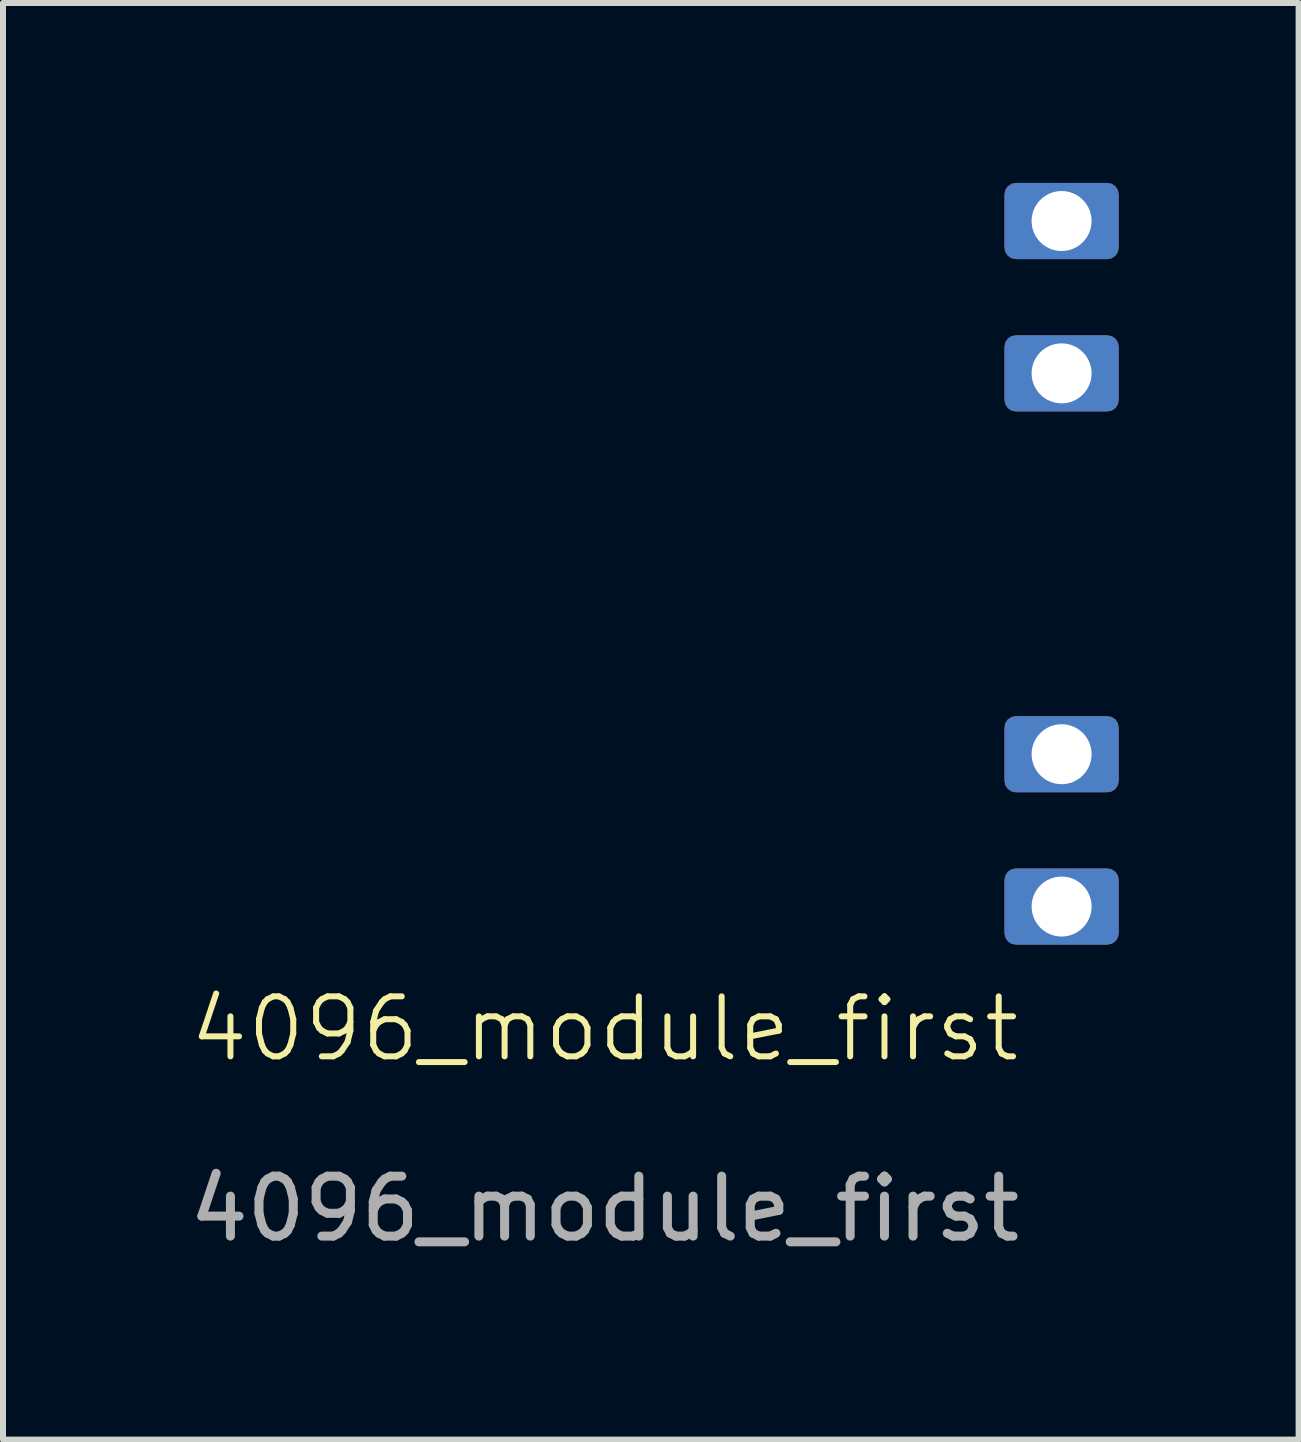
<source format=kicad_pcb>
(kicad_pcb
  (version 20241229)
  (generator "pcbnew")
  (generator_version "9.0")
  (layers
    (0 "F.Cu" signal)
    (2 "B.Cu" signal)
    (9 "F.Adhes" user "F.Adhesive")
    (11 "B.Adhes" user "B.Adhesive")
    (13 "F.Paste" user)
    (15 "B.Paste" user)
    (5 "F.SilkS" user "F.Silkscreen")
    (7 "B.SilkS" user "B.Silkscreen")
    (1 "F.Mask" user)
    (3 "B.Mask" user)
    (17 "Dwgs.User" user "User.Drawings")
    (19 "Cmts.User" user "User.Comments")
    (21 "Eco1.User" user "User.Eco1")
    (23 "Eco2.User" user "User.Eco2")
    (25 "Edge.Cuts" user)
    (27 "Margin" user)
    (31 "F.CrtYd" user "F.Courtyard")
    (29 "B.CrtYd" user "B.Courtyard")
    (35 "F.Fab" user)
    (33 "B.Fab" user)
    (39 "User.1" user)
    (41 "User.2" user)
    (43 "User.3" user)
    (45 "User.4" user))
  (footprint "4096_module_first"
    (layer "F.Cu")
    (at 7.03 14.605)
    (property "Reference" "4096_module_first" (at 0 -0.5 0) (unlocked yes) (layer "F.SilkS") (effects (font (size 1 1) (thickness 0.1))))
    (attr smd)
    (fp_text user "${REFERENCE}" (at 0 2.5 0) (unlocked yes) (layer "F.Fab") (effects (font (size 1 1) (thickness 0.15))))
    (pad "1" thru_hole roundrect (at 7.62 -13.97) (size 1.905 1.27) (drill 1) (layers "*.Cu" "*.Mask") (roundrect_rratio 0.15))
    (pad "2" thru_hole roundrect (at 7.62 -11.43) (size 1.905 1.27) (drill 1) (layers "*.Cu" "*.Mask") (roundrect_rratio 0.15))
    (pad "3" thru_hole roundrect (at 7.62 -5.08) (size 1.905 1.27) (drill 1) (layers "*.Cu" "*.Mask") (roundrect_rratio 0.15))
    (pad "4" thru_hole roundrect (at 7.62 -2.54) (size 1.905 1.27) (drill 1) (layers "*.Cu" "*.Mask") (roundrect_rratio 0.15)))
  (gr_rect
    (start -3 -3)
    (end 18.602 20.953)
    (stroke (width 0.1) (type default))
    (fill no)
    (layer "Edge.Cuts")))
</source>
